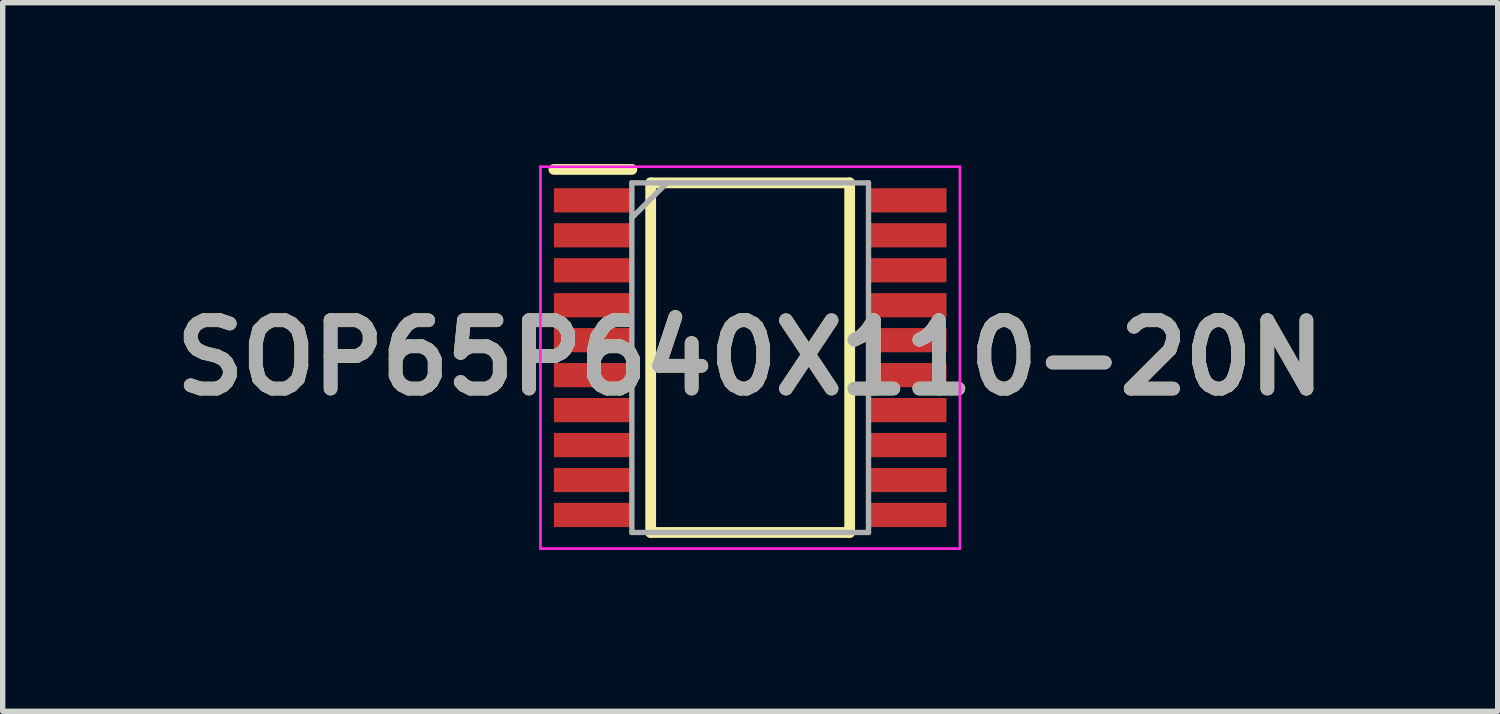
<source format=kicad_pcb>
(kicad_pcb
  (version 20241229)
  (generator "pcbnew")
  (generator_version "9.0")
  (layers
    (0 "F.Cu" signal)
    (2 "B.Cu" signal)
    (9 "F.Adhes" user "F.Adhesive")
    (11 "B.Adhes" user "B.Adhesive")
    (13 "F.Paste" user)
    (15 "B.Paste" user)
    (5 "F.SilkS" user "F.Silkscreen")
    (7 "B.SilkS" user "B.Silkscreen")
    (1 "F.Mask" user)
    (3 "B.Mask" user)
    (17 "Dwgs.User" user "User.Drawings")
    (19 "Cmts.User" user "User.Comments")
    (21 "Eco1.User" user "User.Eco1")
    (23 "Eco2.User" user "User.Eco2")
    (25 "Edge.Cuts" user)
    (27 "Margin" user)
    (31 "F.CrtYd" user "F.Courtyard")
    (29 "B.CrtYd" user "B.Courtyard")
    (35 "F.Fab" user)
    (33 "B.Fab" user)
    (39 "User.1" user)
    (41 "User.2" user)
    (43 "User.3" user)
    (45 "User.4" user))
  (footprint "SOP65P640X110-20N"
    (layer "F.Cu")
    (at 10.898 3.6)
    (property "Reference" "SOP65P640X110-20N" (at 0 0 0) (layer "F.SilkS") (effects (font (size 1.27 1.27) (thickness 0.254))))
    (attr smd)
    (fp_line (start -3.65 -3.5) (end -2.2 -3.5) (stroke (width 0.2) (type solid)) (layer "F.SilkS"))
    (fp_line (start -1.85 -3.25) (end 1.85 -3.25) (stroke (width 0.2) (type solid)) (layer "F.SilkS"))
    (fp_line (start -1.85 3.25) (end -1.85 -3.25) (stroke (width 0.2) (type solid)) (layer "F.SilkS"))
    (fp_line (start 1.85 -3.25) (end 1.85 3.25) (stroke (width 0.2) (type solid)) (layer "F.SilkS"))
    (fp_line (start 1.85 3.25) (end -1.85 3.25) (stroke (width 0.2) (type solid)) (layer "F.SilkS"))
    (fp_line (start -3.9 -3.55) (end 3.9 -3.55) (stroke (width 0.05) (type solid)) (layer "F.CrtYd"))
    (fp_line (start -3.9 3.55) (end -3.9 -3.55) (stroke (width 0.05) (type solid)) (layer "F.CrtYd"))
    (fp_line (start 3.9 -3.55) (end 3.9 3.55) (stroke (width 0.05) (type solid)) (layer "F.CrtYd"))
    (fp_line (start 3.9 3.55) (end -3.9 3.55) (stroke (width 0.05) (type solid)) (layer "F.CrtYd"))
    (fp_line (start -2.2 -3.25) (end 2.2 -3.25) (stroke (width 0.1) (type solid)) (layer "F.Fab"))
    (fp_line (start -2.2 -2.6) (end -1.55 -3.25) (stroke (width 0.1) (type solid)) (layer "F.Fab"))
    (fp_line (start -2.2 3.25) (end -2.2 -3.25) (stroke (width 0.1) (type solid)) (layer "F.Fab"))
    (fp_line (start 2.2 -3.25) (end 2.2 3.25) (stroke (width 0.1) (type solid)) (layer "F.Fab"))
    (fp_line (start 2.2 3.25) (end -2.2 3.25) (stroke (width 0.1) (type solid)) (layer "F.Fab"))
    (fp_text user "${REFERENCE}" (at 0 0 0) (layer "F.Fab") (effects (font (size 1.27 1.27) (thickness 0.254))))
    (pad "1" smd rect (at -2.925 -2.925 90) (size 0.45 1.45) (layers "F.Cu" "F.Mask" "F.Paste"))
    (pad "2" smd rect (at -2.925 -2.275 90) (size 0.45 1.45) (layers "F.Cu" "F.Mask" "F.Paste"))
    (pad "3" smd rect (at -2.925 -1.625 90) (size 0.45 1.45) (layers "F.Cu" "F.Mask" "F.Paste"))
    (pad "4" smd rect (at -2.925 -0.975 90) (size 0.45 1.45) (layers "F.Cu" "F.Mask" "F.Paste"))
    (pad "5" smd rect (at -2.925 -0.325 90) (size 0.45 1.45) (layers "F.Cu" "F.Mask" "F.Paste"))
    (pad "6" smd rect (at -2.925 0.325 90) (size 0.45 1.45) (layers "F.Cu" "F.Mask" "F.Paste"))
    (pad "7" smd rect (at -2.925 0.975 90) (size 0.45 1.45) (layers "F.Cu" "F.Mask" "F.Paste"))
    (pad "8" smd rect (at -2.925 1.625 90) (size 0.45 1.45) (layers "F.Cu" "F.Mask" "F.Paste"))
    (pad "9" smd rect (at -2.925 2.275 90) (size 0.45 1.45) (layers "F.Cu" "F.Mask" "F.Paste"))
    (pad "10" smd rect (at -2.925 2.925 90) (size 0.45 1.45) (layers "F.Cu" "F.Mask" "F.Paste"))
    (pad "11" smd rect (at 2.925 2.925 90) (size 0.45 1.45) (layers "F.Cu" "F.Mask" "F.Paste"))
    (pad "12" smd rect (at 2.925 2.275 90) (size 0.45 1.45) (layers "F.Cu" "F.Mask" "F.Paste"))
    (pad "13" smd rect (at 2.925 1.625 90) (size 0.45 1.45) (layers "F.Cu" "F.Mask" "F.Paste"))
    (pad "14" smd rect (at 2.925 0.975 90) (size 0.45 1.45) (layers "F.Cu" "F.Mask" "F.Paste"))
    (pad "15" smd rect (at 2.925 0.325 90) (size 0.45 1.45) (layers "F.Cu" "F.Mask" "F.Paste"))
    (pad "16" smd rect (at 2.925 -0.325 90) (size 0.45 1.45) (layers "F.Cu" "F.Mask" "F.Paste"))
    (pad "17" smd rect (at 2.925 -0.975 90) (size 0.45 1.45) (layers "F.Cu" "F.Mask" "F.Paste"))
    (pad "18" smd rect (at 2.925 -1.625 90) (size 0.45 1.45) (layers "F.Cu" "F.Mask" "F.Paste"))
    (pad "19" smd rect (at 2.925 -2.275 90) (size 0.45 1.45) (layers "F.Cu" "F.Mask" "F.Paste"))
    (pad "20" smd rect (at 2.925 -2.925 90) (size 0.45 1.45) (layers "F.Cu" "F.Mask" "F.Paste")))
  (gr_rect
    (start -3 -3)
    (end 24.796 10.175)
    (stroke (width 0.1) (type default))
    (fill no)
    (layer "Edge.Cuts")))
</source>
